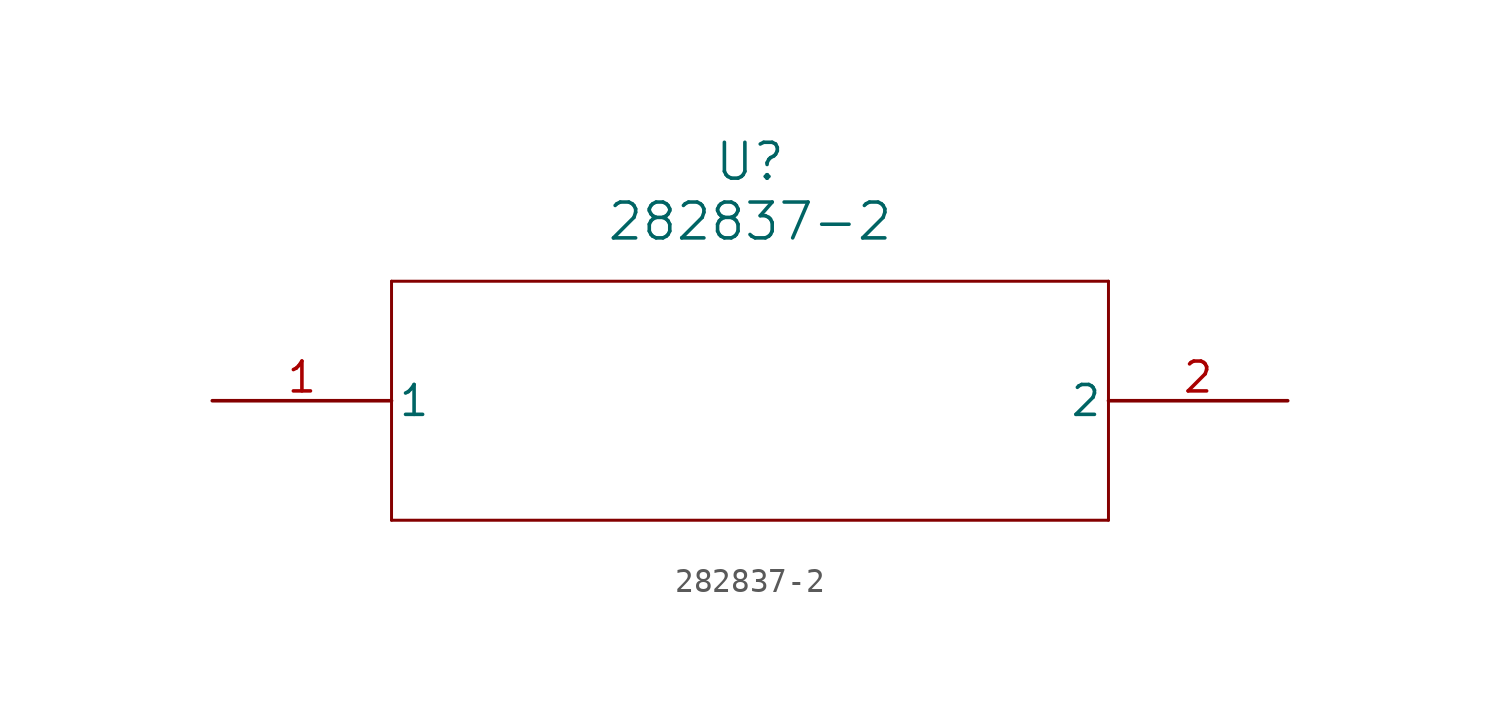
<source format=kicad_sym>
(kicad_symbol_lib
  (version 20211014)
  (generator kicad_symbol_editor)
  (symbol "282837-2"
    (pin_names
      (offset 0.254))
    (property "Reference" "U"
      (at 22.86 10.16 0)
      (effects (font (size 1.524 1.524))))
    (property "Value" "282837-2"
      (at 22.86 7.62 0)
      (effects (font (size 1.524 1.524))))
    (symbol "282837-2_0_1"
      (polyline (pts (xy 7.62 5.08) (xy 7.62 -5.08)) (stroke (width 0.127) (type default) (color 0 0 0 0)) (fill (type none)))
      (polyline (pts (xy 7.62 -5.08) (xy 38.1 -5.08)) (stroke (width 0.127) (type default) (color 0 0 0 0)) (fill (type none)))
      (polyline (pts (xy 38.1 -5.08) (xy 38.1 5.08)) (stroke (width 0.127) (type default) (color 0 0 0 0)) (fill (type none)))
      (polyline (pts (xy 38.1 5.08) (xy 7.62 5.08)) (stroke (width 0.127) (type default) (color 0 0 0 0)) (fill (type none)))
      (pin unspecified line (at 0 0 0) (length 7.62) (name "1" (effects (font (size 1.27 1.27)))) (number "1" (effects (font (size 1.27 1.27)))))
      (pin unspecified line (at 45.72 0 180) (length 7.62) (name "2" (effects (font (size 1.27 1.27)))) (number "2" (effects (font (size 1.27 1.27))))))))
</source>
